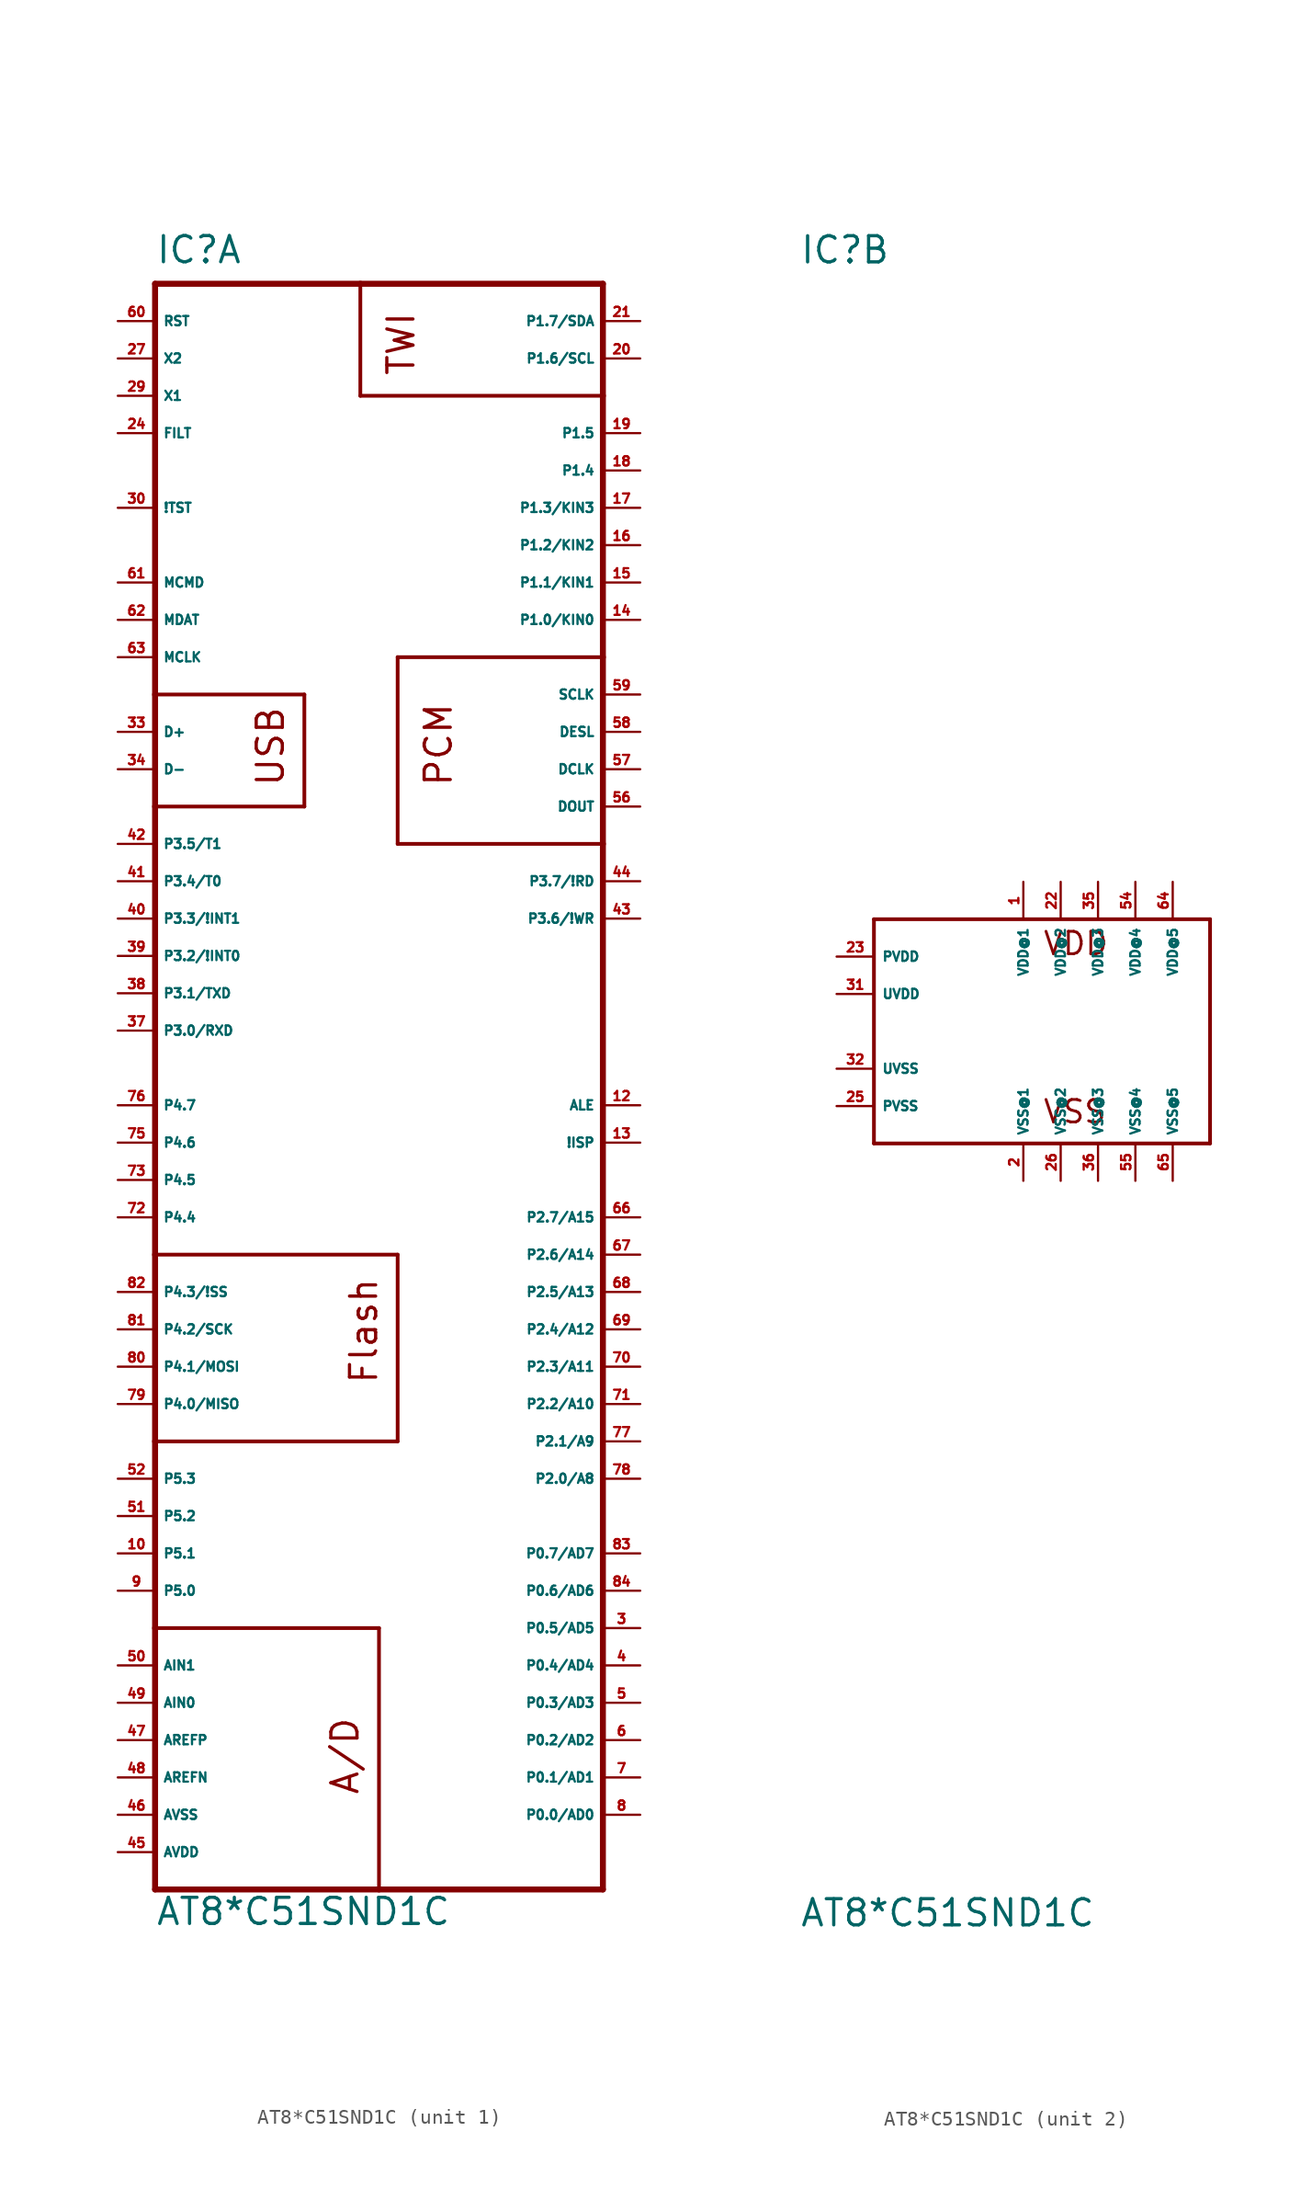
<source format=kicad_sym>
(kicad_symbol_lib
  (version 20220914)
  (generator Eagle2Kicad)
  (symbol "AT8*C51SND1C"
    (property "Reference" "IC"
      (at -15.24 52.07 0)
      (effects (font (size 1.778 1.778) (thickness 0.22)) (justify left bottom)))
    (property "Value" "AT8*C51SND1C"
      (at -15.24 -60.96 0)
      (effects (font (size 1.778 1.778) (thickness 0.22)) (justify left bottom)))
    (symbol "AT8*C51SND1C_1_0"
      (polyline (pts (xy -15.24 50.8) (xy -1.27 50.8)) (stroke (width 0.406) (type default)) (fill (type none)))
      (polyline (pts (xy -1.27 50.8) (xy 15.24 50.8)) (stroke (width 0.406) (type default)) (fill (type none)))
      (polyline (pts (xy 15.24 50.8) (xy 15.24 43.18)) (stroke (width 0.406) (type default)) (fill (type none)))
      (polyline (pts (xy 15.24 43.18) (xy 15.24 25.4)) (stroke (width 0.406) (type default)) (fill (type none)))
      (polyline (pts (xy 15.24 25.4) (xy 15.24 12.7)) (stroke (width 0.406) (type default)) (fill (type none)))
      (polyline (pts (xy 15.24 12.7) (xy 15.24 -58.42)) (stroke (width 0.406) (type default)) (fill (type none)))
      (polyline (pts (xy 15.24 -58.42) (xy 0 -58.42)) (stroke (width 0.406) (type default)) (fill (type none)))
      (polyline (pts (xy 0 -58.42) (xy -15.24 -58.42)) (stroke (width 0.406) (type default)) (fill (type none)))
      (polyline (pts (xy -15.24 -58.42) (xy -15.24 -40.64)) (stroke (width 0.406) (type default)) (fill (type none)))
      (polyline (pts (xy -15.24 -40.64) (xy -15.24 -27.94)) (stroke (width 0.406) (type default)) (fill (type none)))
      (polyline (pts (xy -15.24 -27.94) (xy -15.24 -15.24)) (stroke (width 0.406) (type default)) (fill (type none)))
      (polyline (pts (xy -15.24 -15.24) (xy -15.24 15.24)) (stroke (width 0.406) (type default)) (fill (type none)))
      (polyline (pts (xy -15.24 15.24) (xy -15.24 22.86)) (stroke (width 0.406) (type default)) (fill (type none)))
      (polyline (pts (xy -15.24 22.86) (xy -15.24 50.8)) (stroke (width 0.406) (type default)) (fill (type none)))
      (polyline (pts (xy -15.24 22.86) (xy -5.08 22.86)) (stroke (width 0.254) (type default)) (fill (type none)))
      (polyline (pts (xy -5.08 22.86) (xy -5.08 15.24)) (stroke (width 0.254) (type default)) (fill (type none)))
      (polyline (pts (xy -5.08 15.24) (xy -15.24 15.24)) (stroke (width 0.254) (type default)) (fill (type none)))
      (polyline (pts (xy -15.24 -15.24) (xy 1.27 -15.24)) (stroke (width 0.254) (type default)) (fill (type none)))
      (polyline (pts (xy 1.27 -15.24) (xy 1.27 -27.94)) (stroke (width 0.254) (type default)) (fill (type none)))
      (polyline (pts (xy 1.27 -27.94) (xy -15.24 -27.94)) (stroke (width 0.254) (type default)) (fill (type none)))
      (polyline (pts (xy -15.24 -40.64) (xy 0 -40.64)) (stroke (width 0.254) (type default)) (fill (type none)))
      (polyline (pts (xy 0 -40.64) (xy 0 -58.42)) (stroke (width 0.254) (type default)) (fill (type none)))
      (polyline (pts (xy 15.24 43.18) (xy -1.27 43.18)) (stroke (width 0.254) (type default)) (fill (type none)))
      (polyline (pts (xy -1.27 43.18) (xy -1.27 50.8)) (stroke (width 0.254) (type default)) (fill (type none)))
      (polyline (pts (xy 15.24 12.7) (xy 1.27 12.7)) (stroke (width 0.254) (type default)) (fill (type none)))
      (polyline (pts (xy 1.27 12.7) (xy 1.27 25.4)) (stroke (width 0.254) (type default)) (fill (type none)))
      (polyline (pts (xy 1.27 25.4) (xy 15.24 25.4)) (stroke (width 0.254) (type default)) (fill (type none)))
      (text "USB" (at -6.35 16.51 900) (effects (font (size 1.778 1.778) (thickness 0.22)) (justify left bottom)))
      (text "Flash" (at 0 -24.13 900) (effects (font (size 1.778 1.778) (thickness 0.22)) (justify left bottom)))
      (text "A/D" (at -1.27 -52.07 900) (effects (font (size 1.778 1.778) (thickness 0.22)) (justify left bottom)))
      (text "TWI" (at 2.54 44.45 900) (effects (font (size 1.778 1.778) (thickness 0.22)) (justify left bottom)))
      (text "PCM" (at 5.08 16.51 900) (effects (font (size 1.778 1.778) (thickness 0.22)) (justify left bottom)))
      (pin unspecified line (at -17.78 -55.88 0) (length 2.54) (name "AVDD" (effects (font (size 0.635 0.635) (thickness 0.08)) (justify left bottom))) (number "45" (effects (font (size 0.635 0.635) (thickness 0.08)) (justify left bottom))))
      (pin unspecified line (at -17.78 -53.34 0) (length 2.54) (name "AVSS" (effects (font (size 0.635 0.635) (thickness 0.08)) (justify left bottom))) (number "46" (effects (font (size 0.635 0.635) (thickness 0.08)) (justify left bottom))))
      (pin input line (at -17.78 -50.8 0) (length 2.54) (name "AREFN" (effects (font (size 0.635 0.635) (thickness 0.08)) (justify left bottom))) (number "48" (effects (font (size 0.635 0.635) (thickness 0.08)) (justify left bottom))))
      (pin input line (at -17.78 -45.72 0) (length 2.54) (name "AIN0" (effects (font (size 0.635 0.635) (thickness 0.08)) (justify left bottom))) (number "49" (effects (font (size 0.635 0.635) (thickness 0.08)) (justify left bottom))))
      (pin input line (at -17.78 -43.18 0) (length 2.54) (name "AIN1" (effects (font (size 0.635 0.635) (thickness 0.08)) (justify left bottom))) (number "50" (effects (font (size 0.635 0.635) (thickness 0.08)) (justify left bottom))))
      (pin bidirectional line (at -17.78 2.54 0) (length 2.54) (name "P3.1/TXD" (effects (font (size 0.635 0.635) (thickness 0.08)) (justify left bottom))) (number "38" (effects (font (size 0.635 0.635) (thickness 0.08)) (justify left bottom))))
      (pin bidirectional line (at -17.78 0 0) (length 2.54) (name "P3.0/RXD" (effects (font (size 0.635 0.635) (thickness 0.08)) (justify left bottom))) (number "37" (effects (font (size 0.635 0.635) (thickness 0.08)) (justify left bottom))))
      (pin bidirectional line (at -17.78 10.16 0) (length 2.54) (name "P3.4/T0" (effects (font (size 0.635 0.635) (thickness 0.08)) (justify left bottom))) (number "41" (effects (font (size 0.635 0.635) (thickness 0.08)) (justify left bottom))))
      (pin bidirectional line (at -17.78 12.7 0) (length 2.54) (name "P3.5/T1" (effects (font (size 0.635 0.635) (thickness 0.08)) (justify left bottom))) (number "42" (effects (font (size 0.635 0.635) (thickness 0.08)) (justify left bottom))))
      (pin input line (at -17.78 -17.78 0) (length 2.54) (name "P4.3/!SS" (effects (font (size 0.635 0.635) (thickness 0.08)) (justify left bottom))) (number "82" (effects (font (size 0.635 0.635) (thickness 0.08)) (justify left bottom))))
      (pin input line (at -17.78 -25.4 0) (length 2.54) (name "P4.0/MISO" (effects (font (size 0.635 0.635) (thickness 0.08)) (justify left bottom))) (number "79" (effects (font (size 0.635 0.635) (thickness 0.08)) (justify left bottom))))
      (pin output line (at -17.78 -22.86 0) (length 2.54) (name "P4.1/MOSI" (effects (font (size 0.635 0.635) (thickness 0.08)) (justify left bottom))) (number "80" (effects (font (size 0.635 0.635) (thickness 0.08)) (justify left bottom))))
      (pin output line (at -17.78 -20.32 0) (length 2.54) (name "P4.2/SCK" (effects (font (size 0.635 0.635) (thickness 0.08)) (justify left bottom))) (number "81" (effects (font (size 0.635 0.635) (thickness 0.08)) (justify left bottom))))
      (pin bidirectional line (at 17.78 45.72 180) (length 2.54) (name "P1.6/SCL" (effects (font (size 0.635 0.635) (thickness 0.08)) (justify left bottom))) (number "20" (effects (font (size 0.635 0.635) (thickness 0.08)) (justify left bottom))))
      (pin bidirectional line (at 17.78 48.26 180) (length 2.54) (name "P1.7/SDA" (effects (font (size 0.635 0.635) (thickness 0.08)) (justify left bottom))) (number "21" (effects (font (size 0.635 0.635) (thickness 0.08)) (justify left bottom))))
      (pin bidirectional line (at -17.78 5.08 0) (length 2.54) (name "P3.2/!INT0" (effects (font (size 0.635 0.635) (thickness 0.08)) (justify left bottom))) (number "39" (effects (font (size 0.635 0.635) (thickness 0.08)) (justify left bottom))))
      (pin bidirectional line (at -17.78 7.62 0) (length 2.54) (name "P3.3/!INT1" (effects (font (size 0.635 0.635) (thickness 0.08)) (justify left bottom))) (number "40" (effects (font (size 0.635 0.635) (thickness 0.08)) (justify left bottom))))
      (pin input line (at -17.78 40.64 0) (length 2.54) (name "FILT" (effects (font (size 0.635 0.635) (thickness 0.08)) (justify left bottom))) (number "24" (effects (font (size 0.635 0.635) (thickness 0.08)) (justify left bottom))))
      (pin input line (at -17.78 43.18 0) (length 2.54) (name "X1" (effects (font (size 0.635 0.635) (thickness 0.08)) (justify left bottom))) (number "29" (effects (font (size 0.635 0.635) (thickness 0.08)) (justify left bottom))))
      (pin output line (at -17.78 45.72 0) (length 2.54) (name "X2" (effects (font (size 0.635 0.635) (thickness 0.08)) (justify left bottom))) (number "27" (effects (font (size 0.635 0.635) (thickness 0.08)) (justify left bottom))))
      (pin input line (at -17.78 48.26 0) (length 2.54) (name "RST" (effects (font (size 0.635 0.635) (thickness 0.08)) (justify left bottom))) (number "60" (effects (font (size 0.635 0.635) (thickness 0.08)) (justify left bottom))))
      (pin input line (at 17.78 -7.62 180) (length 2.54) (name "!ISP" (effects (font (size 0.635 0.635) (thickness 0.08)) (justify left bottom))) (number "13" (effects (font (size 0.635 0.635) (thickness 0.08)) (justify left bottom))))
      (pin output line (at 17.78 -5.08 180) (length 2.54) (name "ALE" (effects (font (size 0.635 0.635) (thickness 0.08)) (justify left bottom))) (number "12" (effects (font (size 0.635 0.635) (thickness 0.08)) (justify left bottom))))
      (pin output line (at 17.78 15.24 180) (length 2.54) (name "DOUT" (effects (font (size 0.635 0.635) (thickness 0.08)) (justify left bottom))) (number "56" (effects (font (size 0.635 0.635) (thickness 0.08)) (justify left bottom))))
      (pin output line (at 17.78 17.78 180) (length 2.54) (name "DCLK" (effects (font (size 0.635 0.635) (thickness 0.08)) (justify left bottom))) (number "57" (effects (font (size 0.635 0.635) (thickness 0.08)) (justify left bottom))))
      (pin output line (at 17.78 20.32 180) (length 2.54) (name "DESL" (effects (font (size 0.635 0.635) (thickness 0.08)) (justify left bottom))) (number "58" (effects (font (size 0.635 0.635) (thickness 0.08)) (justify left bottom))))
      (pin output line (at 17.78 22.86 180) (length 2.54) (name "SCLK" (effects (font (size 0.635 0.635) (thickness 0.08)) (justify left bottom))) (number "59" (effects (font (size 0.635 0.635) (thickness 0.08)) (justify left bottom))))
      (pin bidirectional line (at -17.78 20.32 0) (length 2.54) (name "D+" (effects (font (size 0.635 0.635) (thickness 0.08)) (justify left bottom))) (number "33" (effects (font (size 0.635 0.635) (thickness 0.08)) (justify left bottom))))
      (pin bidirectional line (at -17.78 17.78 0) (length 2.54) (name "D-" (effects (font (size 0.635 0.635) (thickness 0.08)) (justify left bottom))) (number "34" (effects (font (size 0.635 0.635) (thickness 0.08)) (justify left bottom))))
      (pin output line (at -17.78 25.4 0) (length 2.54) (name "MCLK" (effects (font (size 0.635 0.635) (thickness 0.08)) (justify left bottom))) (number "63" (effects (font (size 0.635 0.635) (thickness 0.08)) (justify left bottom))))
      (pin bidirectional line (at -17.78 27.94 0) (length 2.54) (name "MDAT" (effects (font (size 0.635 0.635) (thickness 0.08)) (justify left bottom))) (number "62" (effects (font (size 0.635 0.635) (thickness 0.08)) (justify left bottom))))
      (pin bidirectional line (at -17.78 30.48 0) (length 2.54) (name "MCMD" (effects (font (size 0.635 0.635) (thickness 0.08)) (justify left bottom))) (number "61" (effects (font (size 0.635 0.635) (thickness 0.08)) (justify left bottom))))
      (pin bidirectional line (at 17.78 27.94 180) (length 2.54) (name "P1.0/KIN0" (effects (font (size 0.635 0.635) (thickness 0.08)) (justify left bottom))) (number "14" (effects (font (size 0.635 0.635) (thickness 0.08)) (justify left bottom))))
      (pin bidirectional line (at 17.78 30.48 180) (length 2.54) (name "P1.1/KIN1" (effects (font (size 0.635 0.635) (thickness 0.08)) (justify left bottom))) (number "15" (effects (font (size 0.635 0.635) (thickness 0.08)) (justify left bottom))))
      (pin bidirectional line (at 17.78 33.02 180) (length 2.54) (name "P1.2/KIN2" (effects (font (size 0.635 0.635) (thickness 0.08)) (justify left bottom))) (number "16" (effects (font (size 0.635 0.635) (thickness 0.08)) (justify left bottom))))
      (pin bidirectional line (at 17.78 35.56 180) (length 2.54) (name "P1.3/KIN3" (effects (font (size 0.635 0.635) (thickness 0.08)) (justify left bottom))) (number "17" (effects (font (size 0.635 0.635) (thickness 0.08)) (justify left bottom))))
      (pin bidirectional line (at 17.78 38.1 180) (length 2.54) (name "P1.4" (effects (font (size 0.635 0.635) (thickness 0.08)) (justify left bottom))) (number "18" (effects (font (size 0.635 0.635) (thickness 0.08)) (justify left bottom))))
      (pin bidirectional line (at 17.78 40.64 180) (length 2.54) (name "P1.5" (effects (font (size 0.635 0.635) (thickness 0.08)) (justify left bottom))) (number "19" (effects (font (size 0.635 0.635) (thickness 0.08)) (justify left bottom))))
      (pin bidirectional line (at 17.78 7.62 180) (length 2.54) (name "P3.6/!WR" (effects (font (size 0.635 0.635) (thickness 0.08)) (justify left bottom))) (number "43" (effects (font (size 0.635 0.635) (thickness 0.08)) (justify left bottom))))
      (pin bidirectional line (at 17.78 10.16 180) (length 2.54) (name "P3.7/!RD" (effects (font (size 0.635 0.635) (thickness 0.08)) (justify left bottom))) (number "44" (effects (font (size 0.635 0.635) (thickness 0.08)) (justify left bottom))))
      (pin bidirectional line (at -17.78 -33.02 0) (length 2.54) (name "P5.2" (effects (font (size 0.635 0.635) (thickness 0.08)) (justify left bottom))) (number "51" (effects (font (size 0.635 0.635) (thickness 0.08)) (justify left bottom))))
      (pin bidirectional line (at -17.78 -30.48 0) (length 2.54) (name "P5.3" (effects (font (size 0.635 0.635) (thickness 0.08)) (justify left bottom))) (number "52" (effects (font (size 0.635 0.635) (thickness 0.08)) (justify left bottom))))
      (pin bidirectional line (at -17.78 -35.56 0) (length 2.54) (name "P5.1" (effects (font (size 0.635 0.635) (thickness 0.08)) (justify left bottom))) (number "10" (effects (font (size 0.635 0.635) (thickness 0.08)) (justify left bottom))))
      (pin bidirectional line (at -17.78 -38.1 0) (length 2.54) (name "P5.0" (effects (font (size 0.635 0.635) (thickness 0.08)) (justify left bottom))) (number "9" (effects (font (size 0.635 0.635) (thickness 0.08)) (justify left bottom))))
      (pin bidirectional line (at 17.78 -53.34 180) (length 2.54) (name "P0.0/AD0" (effects (font (size 0.635 0.635) (thickness 0.08)) (justify left bottom))) (number "8" (effects (font (size 0.635 0.635) (thickness 0.08)) (justify left bottom))))
      (pin bidirectional line (at 17.78 -50.8 180) (length 2.54) (name "P0.1/AD1" (effects (font (size 0.635 0.635) (thickness 0.08)) (justify left bottom))) (number "7" (effects (font (size 0.635 0.635) (thickness 0.08)) (justify left bottom))))
      (pin bidirectional line (at 17.78 -48.26 180) (length 2.54) (name "P0.2/AD2" (effects (font (size 0.635 0.635) (thickness 0.08)) (justify left bottom))) (number "6" (effects (font (size 0.635 0.635) (thickness 0.08)) (justify left bottom))))
      (pin bidirectional line (at 17.78 -45.72 180) (length 2.54) (name "P0.3/AD3" (effects (font (size 0.635 0.635) (thickness 0.08)) (justify left bottom))) (number "5" (effects (font (size 0.635 0.635) (thickness 0.08)) (justify left bottom))))
      (pin bidirectional line (at 17.78 -43.18 180) (length 2.54) (name "P0.4/AD4" (effects (font (size 0.635 0.635) (thickness 0.08)) (justify left bottom))) (number "4" (effects (font (size 0.635 0.635) (thickness 0.08)) (justify left bottom))))
      (pin bidirectional line (at 17.78 -40.64 180) (length 2.54) (name "P0.5/AD5" (effects (font (size 0.635 0.635) (thickness 0.08)) (justify left bottom))) (number "3" (effects (font (size 0.635 0.635) (thickness 0.08)) (justify left bottom))))
      (pin bidirectional line (at 17.78 -38.1 180) (length 2.54) (name "P0.6/AD6" (effects (font (size 0.635 0.635) (thickness 0.08)) (justify left bottom))) (number "84" (effects (font (size 0.635 0.635) (thickness 0.08)) (justify left bottom))))
      (pin bidirectional line (at 17.78 -35.56 180) (length 2.54) (name "P0.7/AD7" (effects (font (size 0.635 0.635) (thickness 0.08)) (justify left bottom))) (number "83" (effects (font (size 0.635 0.635) (thickness 0.08)) (justify left bottom))))
      (pin bidirectional line (at 17.78 -30.48 180) (length 2.54) (name "P2.0/A8" (effects (font (size 0.635 0.635) (thickness 0.08)) (justify left bottom))) (number "78" (effects (font (size 0.635 0.635) (thickness 0.08)) (justify left bottom))))
      (pin bidirectional line (at 17.78 -27.94 180) (length 2.54) (name "P2.1/A9" (effects (font (size 0.635 0.635) (thickness 0.08)) (justify left bottom))) (number "77" (effects (font (size 0.635 0.635) (thickness 0.08)) (justify left bottom))))
      (pin bidirectional line (at 17.78 -25.4 180) (length 2.54) (name "P2.2/A10" (effects (font (size 0.635 0.635) (thickness 0.08)) (justify left bottom))) (number "71" (effects (font (size 0.635 0.635) (thickness 0.08)) (justify left bottom))))
      (pin bidirectional line (at 17.78 -22.86 180) (length 2.54) (name "P2.3/A11" (effects (font (size 0.635 0.635) (thickness 0.08)) (justify left bottom))) (number "70" (effects (font (size 0.635 0.635) (thickness 0.08)) (justify left bottom))))
      (pin bidirectional line (at 17.78 -20.32 180) (length 2.54) (name "P2.4/A12" (effects (font (size 0.635 0.635) (thickness 0.08)) (justify left bottom))) (number "69" (effects (font (size 0.635 0.635) (thickness 0.08)) (justify left bottom))))
      (pin bidirectional line (at 17.78 -17.78 180) (length 2.54) (name "P2.5/A13" (effects (font (size 0.635 0.635) (thickness 0.08)) (justify left bottom))) (number "68" (effects (font (size 0.635 0.635) (thickness 0.08)) (justify left bottom))))
      (pin bidirectional line (at 17.78 -15.24 180) (length 2.54) (name "P2.6/A14" (effects (font (size 0.635 0.635) (thickness 0.08)) (justify left bottom))) (number "67" (effects (font (size 0.635 0.635) (thickness 0.08)) (justify left bottom))))
      (pin bidirectional line (at 17.78 -12.7 180) (length 2.54) (name "P2.7/A15" (effects (font (size 0.635 0.635) (thickness 0.08)) (justify left bottom))) (number "66" (effects (font (size 0.635 0.635) (thickness 0.08)) (justify left bottom))))
      (pin input line (at -17.78 -12.7 0) (length 2.54) (name "P4.4" (effects (font (size 0.635 0.635) (thickness 0.08)) (justify left bottom))) (number "72" (effects (font (size 0.635 0.635) (thickness 0.08)) (justify left bottom))))
      (pin input line (at -17.78 -10.16 0) (length 2.54) (name "P4.5" (effects (font (size 0.635 0.635) (thickness 0.08)) (justify left bottom))) (number "73" (effects (font (size 0.635 0.635) (thickness 0.08)) (justify left bottom))))
      (pin input line (at -17.78 -7.62 0) (length 2.54) (name "P4.6" (effects (font (size 0.635 0.635) (thickness 0.08)) (justify left bottom))) (number "75" (effects (font (size 0.635 0.635) (thickness 0.08)) (justify left bottom))))
      (pin input line (at -17.78 -5.08 0) (length 2.54) (name "P4.7" (effects (font (size 0.635 0.635) (thickness 0.08)) (justify left bottom))) (number "76" (effects (font (size 0.635 0.635) (thickness 0.08)) (justify left bottom))))
      (pin input line (at -17.78 -48.26 0) (length 2.54) (name "AREFP" (effects (font (size 0.635 0.635) (thickness 0.08)) (justify left bottom))) (number "47" (effects (font (size 0.635 0.635) (thickness 0.08)) (justify left bottom))))
      (pin input line (at -17.78 35.56 0) (length 2.54) (name "!TST" (effects (font (size 0.635 0.635) (thickness 0.08)) (justify left bottom))) (number "30" (effects (font (size 0.635 0.635) (thickness 0.08)) (justify left bottom)))))
    (symbol "AT8*C51SND1C_2_0"
      (polyline (pts (xy -10.16 7.62) (xy 12.7 7.62)) (stroke (width 0.254) (type default)) (fill (type none)))
      (polyline (pts (xy 12.7 7.62) (xy 12.7 -7.62)) (stroke (width 0.254) (type default)) (fill (type none)))
      (polyline (pts (xy 12.7 -7.62) (xy -10.16 -7.62)) (stroke (width 0.254) (type default)) (fill (type none)))
      (polyline (pts (xy -10.16 -7.62) (xy -10.16 7.62)) (stroke (width 0.254) (type default)) (fill (type none)))
      (text "VDD" (at 1.27 5.08 0) (effects (font (size 1.524 1.524) (thickness 0.19)) (justify left bottom)))
      (text "VSS" (at 1.27 -6.35 0) (effects (font (size 1.524 1.524) (thickness 0.19)) (justify left bottom)))
      (pin unspecified line (at 0 10.16 270) (length 2.54) (name "VDD@1" (effects (font (size 0.635 0.635) (thickness 0.08)) (justify left bottom))) (number "1" (effects (font (size 0.635 0.635) (thickness 0.08)) (justify left bottom))))
      (pin unspecified line (at 2.54 10.16 270) (length 2.54) (name "VDD@2" (effects (font (size 0.635 0.635) (thickness 0.08)) (justify left bottom))) (number "22" (effects (font (size 0.635 0.635) (thickness 0.08)) (justify left bottom))))
      (pin unspecified line (at 5.08 10.16 270) (length 2.54) (name "VDD@3" (effects (font (size 0.635 0.635) (thickness 0.08)) (justify left bottom))) (number "35" (effects (font (size 0.635 0.635) (thickness 0.08)) (justify left bottom))))
      (pin unspecified line (at 7.62 10.16 270) (length 2.54) (name "VDD@4" (effects (font (size 0.635 0.635) (thickness 0.08)) (justify left bottom))) (number "54" (effects (font (size 0.635 0.635) (thickness 0.08)) (justify left bottom))))
      (pin unspecified line (at 0 -10.16 90) (length 2.54) (name "VSS@1" (effects (font (size 0.635 0.635) (thickness 0.08)) (justify left bottom))) (number "2" (effects (font (size 0.635 0.635) (thickness 0.08)) (justify left bottom))))
      (pin unspecified line (at 2.54 -10.16 90) (length 2.54) (name "VSS@2" (effects (font (size 0.635 0.635) (thickness 0.08)) (justify left bottom))) (number "26" (effects (font (size 0.635 0.635) (thickness 0.08)) (justify left bottom))))
      (pin unspecified line (at 5.08 -10.16 90) (length 2.54) (name "VSS@3" (effects (font (size 0.635 0.635) (thickness 0.08)) (justify left bottom))) (number "36" (effects (font (size 0.635 0.635) (thickness 0.08)) (justify left bottom))))
      (pin unspecified line (at 7.62 -10.16 90) (length 2.54) (name "VSS@4" (effects (font (size 0.635 0.635) (thickness 0.08)) (justify left bottom))) (number "55" (effects (font (size 0.635 0.635) (thickness 0.08)) (justify left bottom))))
      (pin unspecified line (at -12.7 5.08 0) (length 2.54) (name "PVDD" (effects (font (size 0.635 0.635) (thickness 0.08)) (justify left bottom))) (number "23" (effects (font (size 0.635 0.635) (thickness 0.08)) (justify left bottom))))
      (pin unspecified line (at -12.7 -5.08 0) (length 2.54) (name "PVSS" (effects (font (size 0.635 0.635) (thickness 0.08)) (justify left bottom))) (number "25" (effects (font (size 0.635 0.635) (thickness 0.08)) (justify left bottom))))
      (pin unspecified line (at -12.7 2.54 0) (length 2.54) (name "UVDD" (effects (font (size 0.635 0.635) (thickness 0.08)) (justify left bottom))) (number "31" (effects (font (size 0.635 0.635) (thickness 0.08)) (justify left bottom))))
      (pin unspecified line (at -12.7 -2.54 0) (length 2.54) (name "UVSS" (effects (font (size 0.635 0.635) (thickness 0.08)) (justify left bottom))) (number "32" (effects (font (size 0.635 0.635) (thickness 0.08)) (justify left bottom))))
      (pin unspecified line (at 10.16 10.16 270) (length 2.54) (name "VDD@5" (effects (font (size 0.635 0.635) (thickness 0.08)) (justify left bottom))) (number "64" (effects (font (size 0.635 0.635) (thickness 0.08)) (justify left bottom))))
      (pin unspecified line (at 10.16 -10.16 90) (length 2.54) (name "VSS@5" (effects (font (size 0.635 0.635) (thickness 0.08)) (justify left bottom))) (number "65" (effects (font (size 0.635 0.635) (thickness 0.08)) (justify left bottom)))))))
</source>
